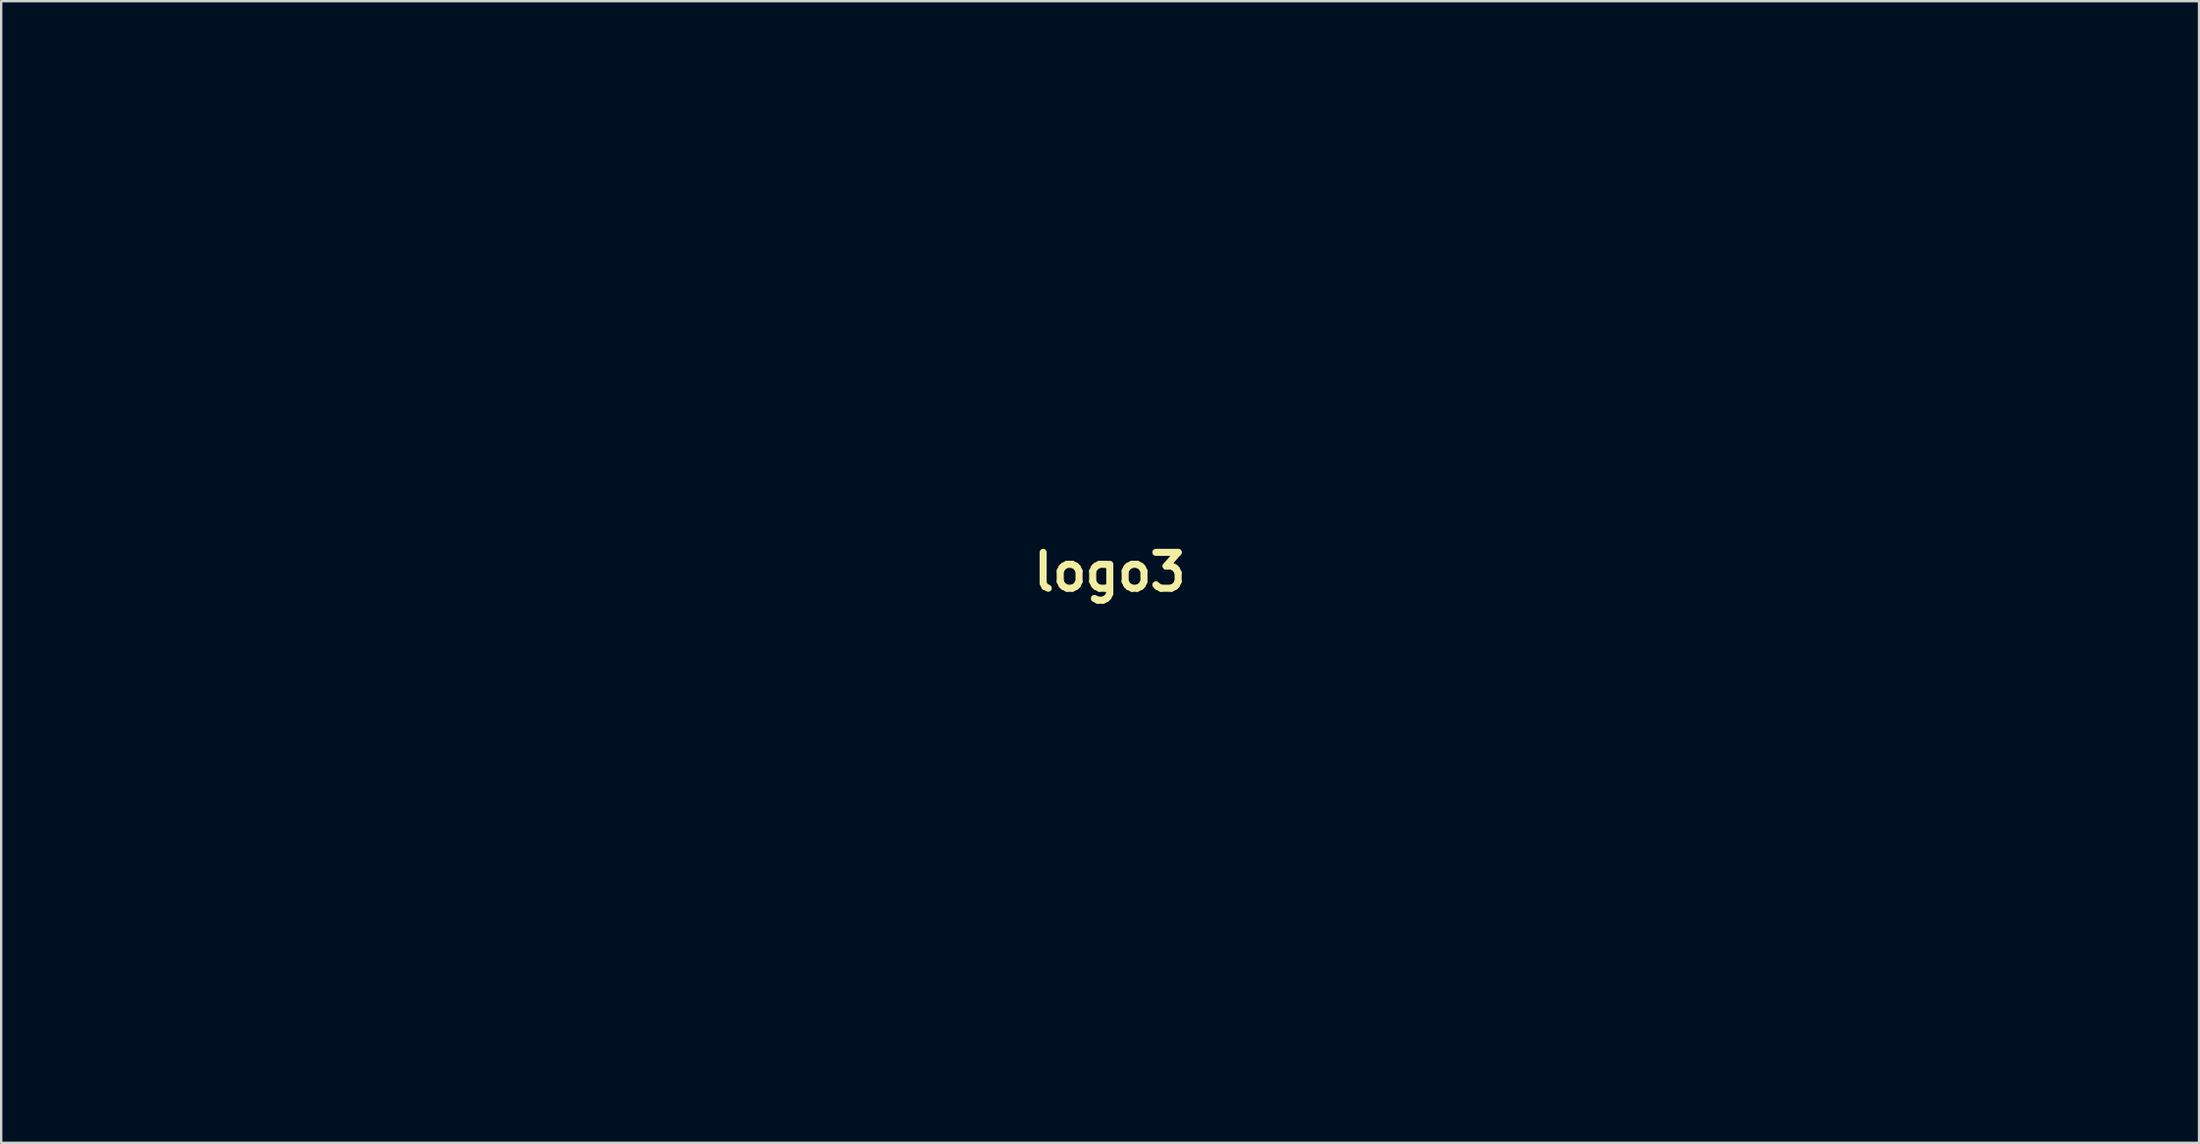
<source format=kicad_pcb>
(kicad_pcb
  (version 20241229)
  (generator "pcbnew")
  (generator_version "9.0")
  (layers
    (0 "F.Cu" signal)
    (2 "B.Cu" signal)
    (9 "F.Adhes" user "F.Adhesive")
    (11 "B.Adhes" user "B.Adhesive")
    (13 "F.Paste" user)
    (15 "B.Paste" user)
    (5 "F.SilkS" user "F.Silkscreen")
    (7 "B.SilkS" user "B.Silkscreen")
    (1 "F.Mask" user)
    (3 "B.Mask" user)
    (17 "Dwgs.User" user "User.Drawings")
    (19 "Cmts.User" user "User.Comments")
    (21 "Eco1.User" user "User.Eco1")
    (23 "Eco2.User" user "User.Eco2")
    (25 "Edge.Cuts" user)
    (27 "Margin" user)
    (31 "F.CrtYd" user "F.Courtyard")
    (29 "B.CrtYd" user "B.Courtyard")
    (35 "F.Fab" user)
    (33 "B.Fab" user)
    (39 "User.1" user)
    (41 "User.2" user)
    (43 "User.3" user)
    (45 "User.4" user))
  (footprint "logo3"
    (layer "F.Cu")
    (at 44.089 21.26)
    (property "Reference" "logo3" (at 0 0 0) (layer "F.SilkS") (effects (font (size 1.524 1.524) (thickness 0.3))))
    (attr through_hole)
    (fp_poly (pts (xy 35.322 21.255) (xy 29.81 21.255) (xy 29.81 -20.549) (xy 35.322 -20.549) (xy 35.322 21.255)) (stroke (width 0.01) (type solid)) (fill no) (layer "Eco2.User"))
    (fp_poly (pts (xy 43.259 21.255) (xy 37.747 21.255) (xy 37.747 -2.866) (xy 43.259 -2.866) (xy 43.259 21.255)) (stroke (width 0.01) (type solid)) (fill no) (layer "Eco2.User"))
    (fp_poly (pts (xy 25.413 7.864) (xy 25.828 7.934) (xy 26.231 8.079) (xy 26.304 8.113) (xy 26.724 8.362) (xy 27.095 8.675) (xy 27.409 9.041) (xy 27.656 9.45) (xy 27.827 9.889) (xy 27.844 9.954) (xy 27.887 10.195) (xy 27.909 10.489) (xy 27.911 10.802) (xy 27.892 11.102) (xy 27.852 11.356) (xy 27.844 11.392) (xy 27.681 11.852) (xy 27.448 12.266) (xy 27.153 12.628) (xy 26.804 12.935) (xy 26.409 13.179) (xy 25.975 13.356) (xy 25.512 13.461) (xy 25.026 13.488) (xy 24.716 13.463) (xy 24.294 13.365) (xy 23.879 13.19) (xy 23.492 12.95) (xy 23.149 12.654) (xy 22.943 12.416) (xy 22.679 11.998) (xy 22.495 11.557) (xy 22.389 11.1) (xy 22.361 10.638) (xy 22.407 10.18) (xy 22.528 9.734) (xy 22.721 9.31) (xy 22.984 8.916) (xy 23.316 8.563) (xy 23.662 8.293) (xy 24.04 8.081) (xy 24.438 7.942) (xy 24.878 7.869) (xy 24.962 7.863) (xy 25.413 7.864)) (stroke (width 0.01) (type solid)) (fill no) (layer "Eco2.User"))
    (fp_poly (pts (xy 40.759 -10.657) (xy 41.174 -10.586) (xy 41.576 -10.442) (xy 41.65 -10.408) (xy 42.07 -10.158) (xy 42.441 -9.846) (xy 42.755 -9.48) (xy 43.001 -9.071) (xy 43.172 -8.632) (xy 43.19 -8.567) (xy 43.233 -8.326) (xy 43.255 -8.032) (xy 43.256 -7.718) (xy 43.237 -7.419) (xy 43.198 -7.165) (xy 43.189 -7.129) (xy 43.027 -6.669) (xy 42.794 -6.255) (xy 42.499 -5.892) (xy 42.15 -5.586) (xy 41.755 -5.342) (xy 41.321 -5.165) (xy 40.858 -5.06) (xy 40.372 -5.033) (xy 40.062 -5.058) (xy 39.639 -5.156) (xy 39.225 -5.33) (xy 38.838 -5.571) (xy 38.495 -5.867) (xy 38.289 -6.105) (xy 38.025 -6.523) (xy 37.841 -6.964) (xy 37.735 -7.42) (xy 37.707 -7.882) (xy 37.753 -8.341) (xy 37.874 -8.787) (xy 38.066 -9.211) (xy 38.33 -9.605) (xy 38.662 -9.958) (xy 39.008 -10.228) (xy 39.386 -10.44) (xy 39.784 -10.579) (xy 40.224 -10.652) (xy 40.308 -10.658) (xy 40.759 -10.657)) (stroke (width 0.01) (type solid)) (fill no) (layer "Eco2.User"))
    (fp_poly (pts (xy 17.67 -2.866) (xy 18.648 -2.866) (xy 19.599 -2.866) (xy 20.52 -2.865) (xy 21.406 -2.864) (xy 22.255 -2.864) (xy 23.062 -2.863) (xy 23.823 -2.862) (xy 24.536 -2.861) (xy 25.197 -2.859) (xy 25.801 -2.858) (xy 26.345 -2.857) (xy 26.827 -2.855) (xy 27.241 -2.854) (xy 27.584 -2.852) (xy 27.852 -2.85) (xy 28.043 -2.848) (xy 28.152 -2.847) (xy 28.178 -2.845) (xy 28.151 -2.808) (xy 28.072 -2.709) (xy 27.946 -2.551) (xy 27.777 -2.342) (xy 27.569 -2.084) (xy 27.326 -1.785) (xy 27.053 -1.449) (xy 26.754 -1.082) (xy 26.433 -0.689) (xy 26.095 -0.274) (xy 26.025 -0.188) (xy 25.771 0.123) (xy 25.465 0.498) (xy 25.111 0.931) (xy 24.715 1.416) (xy 24.28 1.949) (xy 23.81 2.525) (xy 23.309 3.138) (xy 22.783 3.783) (xy 22.234 4.455) (xy 21.668 5.148) (xy 21.088 5.859) (xy 20.498 6.58) (xy 19.904 7.309) (xy 19.309 8.038) (xy 18.717 8.763) (xy 18.347 9.216) (xy 12.821 15.985) (xy 19.882 15.996) (xy 26.943 16.008) (xy 26.943 21.255) (xy 14.413 21.255) (xy 13.168 21.255) (xy 12.007 21.255) (xy 10.93 21.255) (xy 9.931 21.254) (xy 9.008 21.254) (xy 8.159 21.254) (xy 7.38 21.253) (xy 6.668 21.252) (xy 6.021 21.251) (xy 5.435 21.25) (xy 4.907 21.249) (xy 4.434 21.247) (xy 4.014 21.246) (xy 3.643 21.244) (xy 3.318 21.241) (xy 3.037 21.239) (xy 2.796 21.236) (xy 2.592 21.232) (xy 2.423 21.228) (xy 2.285 21.224) (xy 2.175 21.22) (xy 2.091 21.215) (xy 2.029 21.21) (xy 1.987 21.204) (xy 1.961 21.198) (xy 1.948 21.191) (xy 1.946 21.184) (xy 1.95 21.178) (xy 1.983 21.137) (xy 2.07 21.031) (xy 2.208 20.863) (xy 2.394 20.634) (xy 2.628 20.348) (xy 2.905 20.008) (xy 3.225 19.616) (xy 3.585 19.176) (xy 3.982 18.689) (xy 4.414 18.159) (xy 4.879 17.589) (xy 5.375 16.981) (xy 5.899 16.338) (xy 6.449 15.664) (xy 7.023 14.96) (xy 7.619 14.229) (xy 8.234 13.475) (xy 8.866 12.7) (xy 9.512 11.907) (xy 9.657 11.73) (xy 17.297 2.359) (xy 5.159 2.337) (xy 5.159 -2.866) (xy 16.669 -2.866) (xy 17.67 -2.866)) (stroke (width 0.01) (type solid)) (fill no) (layer "Eco2.User"))
    (fp_poly (pts (xy -20.637 21.078) (xy -26.192 21.078) (xy -26.204 20.268) (xy -26.216 19.457) (xy -26.674 19.737) (xy -27.306 20.096) (xy -27.951 20.414) (xy -28.592 20.681) (xy -29.209 20.89) (xy -29.488 20.966) (xy -29.74 21.027) (xy -29.97 21.078) (xy -30.192 21.119) (xy -30.415 21.152) (xy -30.653 21.178) (xy -30.917 21.197) (xy -31.22 21.212) (xy -31.572 21.222) (xy -31.986 21.229) (xy -32.474 21.233) (xy -32.588 21.234) (xy -32.976 21.236) (xy -33.342 21.238) (xy -33.673 21.238) (xy -33.96 21.237) (xy -34.192 21.235) (xy -34.36 21.233) (xy -34.452 21.229) (xy -34.462 21.228) (xy -34.564 21.216) (xy -34.726 21.196) (xy -34.92 21.173) (xy -35.013 21.162) (xy -35.419 21.099) (xy -35.868 21.002) (xy -36.326 20.879) (xy -36.759 20.74) (xy -37.069 20.62) (xy -37.638 20.352) (xy -38.195 20.029) (xy -38.748 19.646) (xy -39.309 19.196) (xy -39.884 18.672) (xy -40.129 18.433) (xy -40.576 17.973) (xy -40.966 17.54) (xy -41.317 17.114) (xy -41.645 16.673) (xy -41.919 16.272) (xy -42.438 15.414) (xy -42.884 14.529) (xy -43.258 13.61) (xy -43.561 12.654) (xy -43.794 11.655) (xy -43.959 10.608) (xy -44.058 9.509) (xy -44.084 8.863) (xy -44.084 8.82) (xy -39.243 8.82) (xy -39.189 9.645) (xy -39.073 10.451) (xy -39.023 10.702) (xy -38.819 11.473) (xy -38.55 12.201) (xy -38.219 12.883) (xy -37.832 13.514) (xy -37.392 14.09) (xy -36.902 14.608) (xy -36.367 15.061) (xy -35.792 15.447) (xy -35.179 15.762) (xy -34.533 16) (xy -33.867 16.156) (xy -33.665 16.189) (xy -33.478 16.219) (xy -33.336 16.24) (xy -33.293 16.246) (xy -33.135 16.256) (xy -32.91 16.258) (xy -32.64 16.253) (xy -32.346 16.243) (xy -32.05 16.227) (xy -31.773 16.207) (xy -31.535 16.185) (xy -31.375 16.163) (xy -30.642 15.992) (xy -29.949 15.744) (xy -29.3 15.421) (xy -28.697 15.025) (xy -28.143 14.559) (xy -27.641 14.025) (xy -27.192 13.424) (xy -26.8 12.76) (xy -26.467 12.033) (xy -26.43 11.94) (xy -26.195 11.223) (xy -26.021 10.456) (xy -25.908 9.655) (xy -25.857 8.832) (xy -25.868 8.003) (xy -25.94 7.183) (xy -26.076 6.384) (xy -26.274 5.622) (xy -26.304 5.528) (xy -26.45 5.131) (xy -26.64 4.7) (xy -26.858 4.264) (xy -27.089 3.853) (xy -27.319 3.497) (xy -27.328 3.484) (xy -27.48 3.284) (xy -27.672 3.053) (xy -27.879 2.821) (xy -28.067 2.624) (xy -28.612 2.136) (xy -29.192 1.727) (xy -29.811 1.396) (xy -30.47 1.141) (xy -31.175 0.96) (xy -31.927 0.852) (xy -32.097 0.838) (xy -32.868 0.823) (xy -33.61 0.889) (xy -34.321 1.035) (xy -34.997 1.26) (xy -35.636 1.564) (xy -35.824 1.673) (xy -36.392 2.066) (xy -36.927 2.533) (xy -37.421 3.065) (xy -37.868 3.652) (xy -38.259 4.284) (xy -38.587 4.951) (xy -38.845 5.643) (xy -38.852 5.666) (xy -39.04 6.399) (xy -39.168 7.18) (xy -39.236 7.993) (xy -39.243 8.82) (xy -44.084 8.82) (xy -44.077 7.691) (xy -43.993 6.564) (xy -43.834 5.481) (xy -43.598 4.442) (xy -43.285 3.444) (xy -42.896 2.488) (xy -42.43 1.573) (xy -41.886 0.698) (xy -41.264 -0.137) (xy -40.973 -0.485) (xy -40.392 -1.132) (xy -39.835 -1.701) (xy -39.293 -2.198) (xy -38.76 -2.628) (xy -38.226 -2.995) (xy -37.685 -3.304) (xy -37.128 -3.561) (xy -36.547 -3.771) (xy -35.935 -3.937) (xy -35.284 -4.066) (xy -35.223 -4.076) (xy -34.801 -4.132) (xy -34.319 -4.178) (xy -33.796 -4.214) (xy -33.249 -4.238) (xy -32.696 -4.25) (xy -32.156 -4.25) (xy -31.647 -4.238) (xy -31.187 -4.213) (xy -30.794 -4.175) (xy -30.758 -4.17) (xy -29.939 -4.026) (xy -29.142 -3.813) (xy -28.355 -3.527) (xy -27.567 -3.165) (xy -26.766 -2.723) (xy -26.723 -2.696) (xy -26.216 -2.391) (xy -26.205 -11.823) (xy -26.194 -21.255) (xy -20.637 -21.255) (xy -20.637 21.078)) (stroke (width 0.01) (type solid)) (fill no) (layer "Eco2.User"))
    (fp_poly (pts (xy -6.669 -4.195) (xy -6.018 -4.161) (xy -5.416 -4.101) (xy -4.844 -4.011) (xy -4.282 -3.889) (xy -3.713 -3.733) (xy -3.329 -3.612) (xy -2.465 -3.282) (xy -1.654 -2.885) (xy -0.889 -2.414) (xy -0.165 -1.868) (xy 0.524 -1.242) (xy 0.553 -1.213) (xy 1.189 -0.518) (xy 1.759 0.232) (xy 2.263 1.038) (xy 2.7 1.901) (xy 3.073 2.822) (xy 3.382 3.803) (xy 3.589 4.66) (xy 3.706 5.292) (xy 3.803 5.979) (xy 3.879 6.7) (xy 3.932 7.429) (xy 3.961 8.144) (xy 3.963 8.822) (xy 3.94 9.404) (xy 3.911 9.834) (xy -13.108 9.834) (xy -13.077 10.195) (xy -12.969 10.969) (xy -12.784 11.73) (xy -12.528 12.463) (xy -12.203 13.156) (xy -11.87 13.714) (xy -11.703 13.942) (xy -11.487 14.198) (xy -11.239 14.466) (xy -10.979 14.728) (xy -10.722 14.967) (xy -10.486 15.164) (xy -10.335 15.272) (xy -9.761 15.606) (xy -9.17 15.867) (xy -8.551 16.057) (xy -7.893 16.179) (xy -7.186 16.236) (xy -6.879 16.241) (xy -6.178 16.215) (xy -5.539 16.133) (xy -4.952 15.993) (xy -4.408 15.79) (xy -3.898 15.521) (xy -3.41 15.183) (xy -2.953 14.786) (xy -2.588 14.419) (xy -2.222 14.009) (xy -1.848 13.549) (xy -1.459 13.028) (xy -1.047 12.438) (xy -0.902 12.222) (xy -0.768 12.025) (xy -0.649 11.856) (xy -0.554 11.728) (xy -0.493 11.655) (xy -0.476 11.642) (xy -0.434 11.663) (xy -0.323 11.722) (xy -0.152 11.816) (xy 0.072 11.939) (xy 0.339 12.088) (xy 0.643 12.256) (xy 0.974 12.441) (xy 1.325 12.637) (xy 1.687 12.84) (xy 2.052 13.044) (xy 2.413 13.246) (xy 2.76 13.442) (xy 3.087 13.625) (xy 3.383 13.793) (xy 3.642 13.939) (xy 3.856 14.06) (xy 4.015 14.152) (xy 4.112 14.208) (xy 4.139 14.225) (xy 4.128 14.271) (xy 4.074 14.378) (xy 3.981 14.537) (xy 3.858 14.738) (xy 3.71 14.969) (xy 3.545 15.221) (xy 3.369 15.485) (xy 3.188 15.748) (xy 3.01 16.003) (xy 2.841 16.237) (xy 2.688 16.442) (xy 2.653 16.487) (xy 1.967 17.312) (xy 1.261 18.053) (xy 0.531 18.711) (xy -0.226 19.288) (xy -1.013 19.787) (xy -1.832 20.209) (xy -2.689 20.555) (xy -3.584 20.83) (xy -4.523 21.033) (xy -4.918 21.096) (xy -5.361 21.15) (xy -5.847 21.193) (xy -6.352 21.225) (xy -6.853 21.244) (xy -7.329 21.25) (xy -7.757 21.241) (xy -8.004 21.226) (xy -8.839 21.143) (xy -9.606 21.03) (xy -10.318 20.884) (xy -10.992 20.702) (xy -11.642 20.478) (xy -12.284 20.211) (xy -12.457 20.131) (xy -13.274 19.698) (xy -14.05 19.189) (xy -14.783 18.609) (xy -15.466 17.964) (xy -16.096 17.259) (xy -16.668 16.499) (xy -17.177 15.688) (xy -17.619 14.832) (xy -17.99 13.936) (xy -18.006 13.891) (xy -18.264 13.107) (xy -18.472 12.324) (xy -18.633 11.524) (xy -18.75 10.691) (xy -18.825 9.808) (xy -18.86 8.974) (xy -18.855 7.773) (xy -18.781 6.627) (xy -18.638 5.532) (xy -18.58 5.248) (xy -12.746 5.248) (xy -1.726 5.248) (xy -1.807 4.972) (xy -2.034 4.298) (xy -2.298 3.697) (xy -2.605 3.158) (xy -2.96 2.671) (xy -3.325 2.269) (xy -3.761 1.879) (xy -4.22 1.558) (xy -4.715 1.3) (xy -5.259 1.098) (xy -5.862 0.946) (xy -6.129 0.898) (xy -6.438 0.86) (xy -6.8 0.837) (xy -7.187 0.828) (xy -7.573 0.834) (xy -7.931 0.855) (xy -8.232 0.89) (xy -8.268 0.896) (xy -8.944 1.059) (xy -9.583 1.301) (xy -10.18 1.618) (xy -10.731 2.008) (xy -11.233 2.468) (xy -11.683 2.995) (xy -12.076 3.586) (xy -12.271 3.947) (xy -12.363 4.147) (xy -12.464 4.391) (xy -12.562 4.649) (xy -12.647 4.893) (xy -12.708 5.092) (xy -12.717 5.126) (xy -12.746 5.248) (xy -18.58 5.248) (xy -18.426 4.488) (xy -18.144 3.493) (xy -17.791 2.543) (xy -17.369 1.639) (xy -17.133 1.207) (xy -16.603 0.364) (xy -16.016 -0.413) (xy -15.375 -1.122) (xy -14.681 -1.763) (xy -13.937 -2.333) (xy -13.145 -2.83) (xy -12.307 -3.254) (xy -11.426 -3.602) (xy -10.504 -3.873) (xy -10.091 -3.966) (xy -9.709 -4.04) (xy -9.357 -4.098) (xy -9.016 -4.142) (xy -8.667 -4.173) (xy -8.288 -4.193) (xy -7.861 -4.203) (xy -7.386 -4.206) (xy -6.669 -4.195)) (stroke (width 0.01) (type solid)) (fill no) (layer "Eco2.User")))
  (gr_rect
    (start -3 -3)
    (end 90.354 45.52)
    (stroke (width 0.1) (type default))
    (fill no)
    (layer "Edge.Cuts")))
</source>
